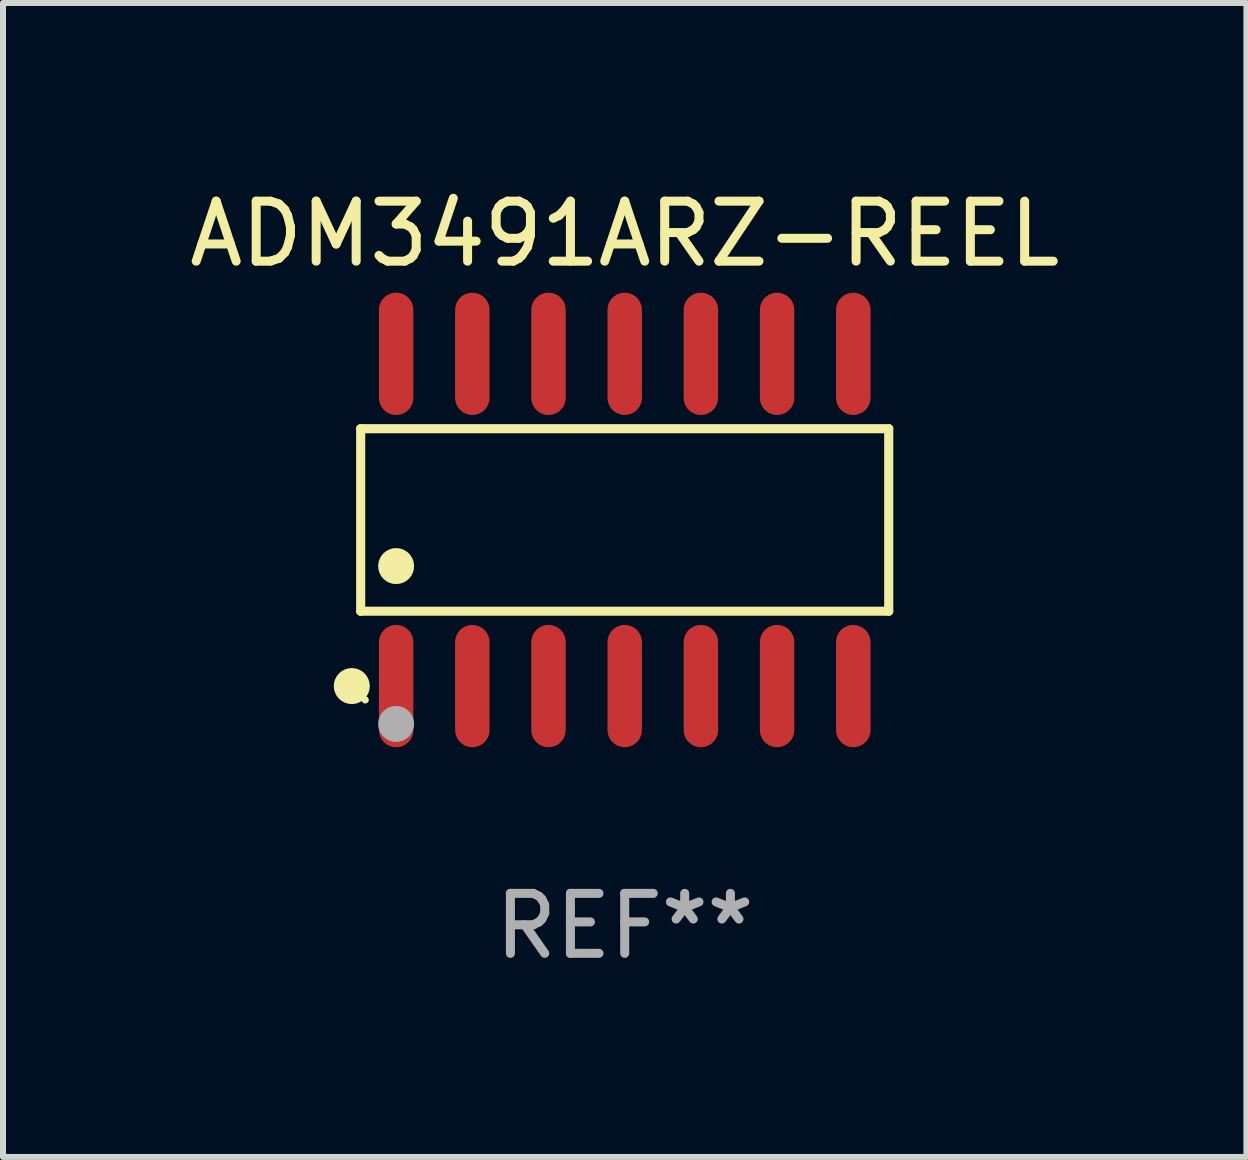
<source format=kicad_pcb>
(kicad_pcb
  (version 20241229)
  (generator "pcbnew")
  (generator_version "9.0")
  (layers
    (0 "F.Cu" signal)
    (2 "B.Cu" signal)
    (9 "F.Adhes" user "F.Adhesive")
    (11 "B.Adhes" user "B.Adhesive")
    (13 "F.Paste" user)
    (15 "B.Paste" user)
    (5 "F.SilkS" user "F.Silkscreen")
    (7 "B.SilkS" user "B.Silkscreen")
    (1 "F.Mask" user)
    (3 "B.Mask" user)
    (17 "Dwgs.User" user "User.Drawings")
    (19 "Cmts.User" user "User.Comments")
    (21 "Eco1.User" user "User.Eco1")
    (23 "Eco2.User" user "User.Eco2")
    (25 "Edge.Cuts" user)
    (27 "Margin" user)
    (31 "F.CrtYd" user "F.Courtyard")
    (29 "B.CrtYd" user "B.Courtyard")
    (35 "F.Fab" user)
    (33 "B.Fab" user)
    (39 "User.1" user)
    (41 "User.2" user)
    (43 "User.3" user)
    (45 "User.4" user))
  (footprint "ADM3491ARZ-REEL"
    (layer "F.Cu")
    (at 7.363 5.617)
    (property "Reference" "ADM3491ARZ-REEL" (at 0 -4.769 0) (layer "F.SilkS") (effects (font (size 1 1) (thickness 0.15))))
    (attr through_hole)
    (fp_line (start -4.401 -1.521) (end 4.401 -1.521) (stroke (width 0.152) (type solid)) (layer "F.SilkS"))
    (fp_line (start -4.401 1.521) (end -4.401 -1.521) (stroke (width 0.152) (type solid)) (layer "F.SilkS"))
    (fp_line (start 4.401 -1.521) (end 4.401 1.521) (stroke (width 0.152) (type solid)) (layer "F.SilkS"))
    (fp_line (start 4.401 1.521) (end -4.401 1.521) (stroke (width 0.152) (type solid)) (layer "F.SilkS"))
    (fp_circle (center -4.549 2.769) (end -4.399 2.769) (stroke (width 0.3) (type solid)) (fill no) (layer "F.SilkS"))
    (fp_circle (center -4.325 3) (end -4.295 3) (stroke (width 0.06) (type solid)) (fill no) (layer "F.SilkS"))
    (fp_circle (center -3.81 0.769) (end -3.66 0.769) (stroke (width 0.3) (type solid)) (fill no) (layer "F.SilkS"))
    (fp_circle (center -3.81 3.4) (end -3.66 3.4) (stroke (width 0.3) (type solid)) (fill no) (layer "F.Fab"))
    (fp_text user "REF**" (at 0 6.769 0) (layer "F.Fab") (effects (font (size 1 1) (thickness 0.15))))
    (pad "1" smd oval (at -3.81 2.769) (size 0.574 2.038) (layers "F.Cu" "F.Mask" "F.Paste"))
    (pad "2" smd oval (at -2.54 2.769) (size 0.574 2.038) (layers "F.Cu" "F.Mask" "F.Paste"))
    (pad "3" smd oval (at -1.27 2.769) (size 0.574 2.038) (layers "F.Cu" "F.Mask" "F.Paste"))
    (pad "4" smd oval (at 0 2.769) (size 0.574 2.038) (layers "F.Cu" "F.Mask" "F.Paste"))
    (pad "5" smd oval (at 1.27 2.769) (size 0.574 2.038) (layers "F.Cu" "F.Mask" "F.Paste"))
    (pad "6" smd oval (at 2.54 2.769) (size 0.574 2.038) (layers "F.Cu" "F.Mask" "F.Paste"))
    (pad "7" smd oval (at 3.81 2.769) (size 0.574 2.038) (layers "F.Cu" "F.Mask" "F.Paste"))
    (pad "8" smd oval (at 3.81 -2.769) (size 0.574 2.038) (layers "F.Cu" "F.Mask" "F.Paste"))
    (pad "9" smd oval (at 2.54 -2.769) (size 0.574 2.038) (layers "F.Cu" "F.Mask" "F.Paste"))
    (pad "10" smd oval (at 1.27 -2.769) (size 0.574 2.038) (layers "F.Cu" "F.Mask" "F.Paste"))
    (pad "11" smd oval (at 0 -2.769) (size 0.574 2.038) (layers "F.Cu" "F.Mask" "F.Paste"))
    (pad "12" smd oval (at -1.27 -2.769) (size 0.574 2.038) (layers "F.Cu" "F.Mask" "F.Paste"))
    (pad "13" smd oval (at -2.54 -2.769) (size 0.574 2.038) (layers "F.Cu" "F.Mask" "F.Paste"))
    (pad "14" smd oval (at -3.81 -2.769) (size 0.574 2.038) (layers "F.Cu" "F.Mask" "F.Paste")))
  (gr_rect
    (start -3 -3)
    (end 17.726 16.235)
    (stroke (width 0.1) (type default))
    (fill no)
    (layer "Edge.Cuts")))
</source>
